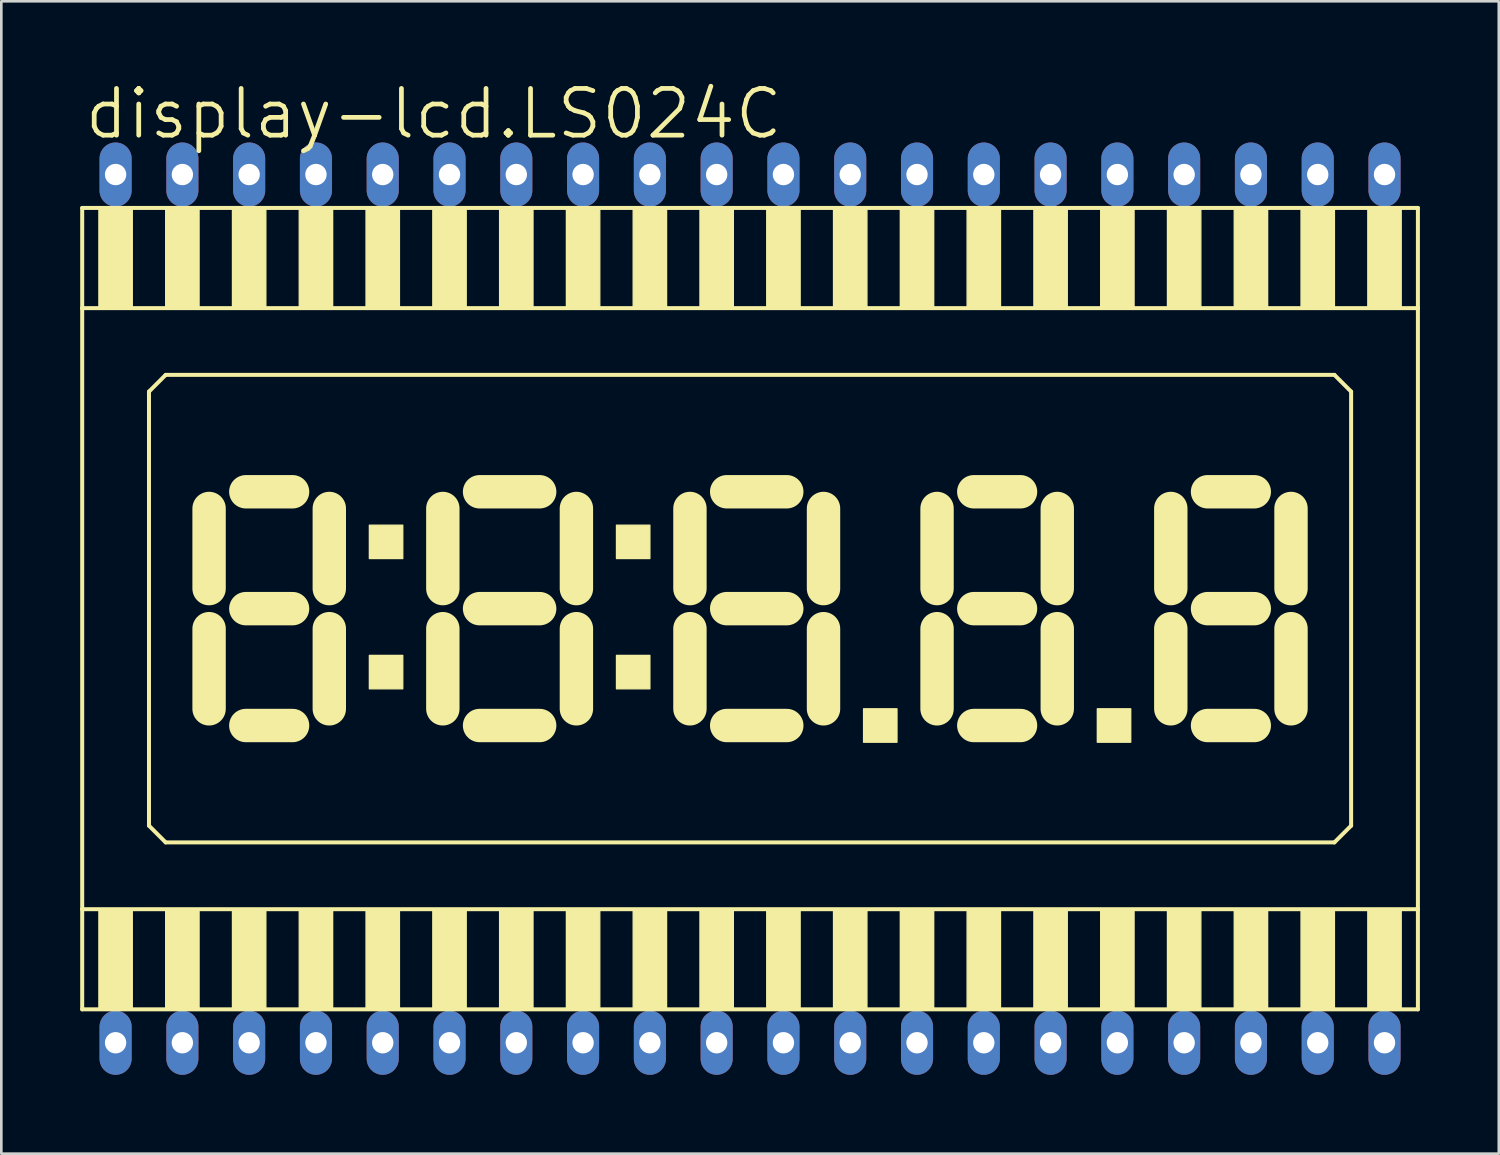
<source format=kicad_pcb>
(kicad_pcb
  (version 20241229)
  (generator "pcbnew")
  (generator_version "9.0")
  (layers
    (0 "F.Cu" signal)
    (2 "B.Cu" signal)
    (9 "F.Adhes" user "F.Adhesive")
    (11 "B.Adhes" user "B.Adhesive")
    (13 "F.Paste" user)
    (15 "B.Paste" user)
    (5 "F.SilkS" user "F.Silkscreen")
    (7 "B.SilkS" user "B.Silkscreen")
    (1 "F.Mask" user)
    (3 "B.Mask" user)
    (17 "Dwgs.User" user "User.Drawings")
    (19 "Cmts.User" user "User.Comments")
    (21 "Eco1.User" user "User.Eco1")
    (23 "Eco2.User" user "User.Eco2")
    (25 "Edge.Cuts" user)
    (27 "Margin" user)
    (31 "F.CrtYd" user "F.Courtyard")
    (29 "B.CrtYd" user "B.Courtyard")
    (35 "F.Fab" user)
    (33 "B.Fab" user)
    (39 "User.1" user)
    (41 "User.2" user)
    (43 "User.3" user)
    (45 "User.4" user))
  (footprint "display-lcd.LS024C"
    (layer "F.Cu")
    (at 25.476 20.098)
    (property "Reference" "display-lcd.LS024C" (at -25.4 -17.78 0) (layer "F.SilkS") (effects (font (size 1.778 1.778) (thickness 0.18)) (justify left bottom)))
    (attr through_hole)
    (fp_line (start -25.4 -15.24) (end -25.4 -11.43) (stroke (width 0.152) (type default)) (layer "F.SilkS"))
    (fp_line (start -25.4 -11.43) (end -25.4 11.43) (stroke (width 0.152) (type default)) (layer "F.SilkS"))
    (fp_line (start -25.4 -11.43) (end 25.4 -11.43) (stroke (width 0.152) (type default)) (layer "F.SilkS"))
    (fp_line (start -25.4 11.43) (end -25.4 15.24) (stroke (width 0.152) (type default)) (layer "F.SilkS"))
    (fp_line (start -25.4 15.24) (end 25.4 15.24) (stroke (width 0.152) (type default)) (layer "F.SilkS"))
    (fp_line (start -22.86 -8.255) (end -22.86 8.255) (stroke (width 0.152) (type default)) (layer "F.SilkS"))
    (fp_line (start -22.86 8.255) (end -22.225 8.89) (stroke (width 0.152) (type default)) (layer "F.SilkS"))
    (fp_line (start -22.225 -8.89) (end -22.86 -8.255) (stroke (width 0.152) (type default)) (layer "F.SilkS"))
    (fp_line (start -22.225 8.89) (end 22.225 8.89) (stroke (width 0.152) (type default)) (layer "F.SilkS"))
    (fp_line (start -20.574 -3.81) (end -20.574 -0.762) (stroke (width 1.27) (type default)) (layer "F.SilkS"))
    (fp_line (start -20.574 0.762) (end -20.574 3.81) (stroke (width 1.27) (type default)) (layer "F.SilkS"))
    (fp_line (start -19.177 -4.445) (end -17.399 -4.445) (stroke (width 1.27) (type default)) (layer "F.SilkS"))
    (fp_line (start -19.177 0) (end -17.399 0) (stroke (width 1.27) (type default)) (layer "F.SilkS"))
    (fp_line (start -19.177 4.445) (end -17.399 4.445) (stroke (width 1.27) (type default)) (layer "F.SilkS"))
    (fp_line (start -16.002 -0.762) (end -16.002 -3.81) (stroke (width 1.27) (type default)) (layer "F.SilkS"))
    (fp_line (start -16.002 3.81) (end -16.002 0.762) (stroke (width 1.27) (type default)) (layer "F.SilkS"))
    (fp_line (start -11.684 -3.81) (end -11.684 -0.762) (stroke (width 1.27) (type default)) (layer "F.SilkS"))
    (fp_line (start -11.684 0.762) (end -11.684 3.81) (stroke (width 1.27) (type default)) (layer "F.SilkS"))
    (fp_line (start -10.287 -4.445) (end -8.001 -4.445) (stroke (width 1.27) (type default)) (layer "F.SilkS"))
    (fp_line (start -10.287 0) (end -8.001 0) (stroke (width 1.27) (type default)) (layer "F.SilkS"))
    (fp_line (start -10.287 4.445) (end -8.001 4.445) (stroke (width 1.27) (type default)) (layer "F.SilkS"))
    (fp_line (start -6.604 -0.762) (end -6.604 -3.81) (stroke (width 1.27) (type default)) (layer "F.SilkS"))
    (fp_line (start -6.604 3.81) (end -6.604 0.762) (stroke (width 1.27) (type default)) (layer "F.SilkS"))
    (fp_line (start -2.286 -3.81) (end -2.286 -0.762) (stroke (width 1.27) (type default)) (layer "F.SilkS"))
    (fp_line (start -2.286 0.762) (end -2.286 3.81) (stroke (width 1.27) (type default)) (layer "F.SilkS"))
    (fp_line (start -0.889 -4.445) (end 1.397 -4.445) (stroke (width 1.27) (type default)) (layer "F.SilkS"))
    (fp_line (start -0.889 0) (end 1.397 0) (stroke (width 1.27) (type default)) (layer "F.SilkS"))
    (fp_line (start -0.889 4.445) (end 1.397 4.445) (stroke (width 1.27) (type default)) (layer "F.SilkS"))
    (fp_line (start 2.794 -0.762) (end 2.794 -3.81) (stroke (width 1.27) (type default)) (layer "F.SilkS"))
    (fp_line (start 2.794 3.81) (end 2.794 0.762) (stroke (width 1.27) (type default)) (layer "F.SilkS"))
    (fp_line (start 7.112 -3.81) (end 7.112 -0.762) (stroke (width 1.27) (type default)) (layer "F.SilkS"))
    (fp_line (start 7.112 0.762) (end 7.112 3.81) (stroke (width 1.27) (type default)) (layer "F.SilkS"))
    (fp_line (start 8.509 -4.445) (end 10.287 -4.445) (stroke (width 1.27) (type default)) (layer "F.SilkS"))
    (fp_line (start 8.509 0) (end 10.287 0) (stroke (width 1.27) (type default)) (layer "F.SilkS"))
    (fp_line (start 8.509 4.445) (end 10.287 4.445) (stroke (width 1.27) (type default)) (layer "F.SilkS"))
    (fp_line (start 11.684 -0.762) (end 11.684 -3.81) (stroke (width 1.27) (type default)) (layer "F.SilkS"))
    (fp_line (start 11.684 3.81) (end 11.684 0.762) (stroke (width 1.27) (type default)) (layer "F.SilkS"))
    (fp_line (start 16.002 -3.81) (end 16.002 -0.762) (stroke (width 1.27) (type default)) (layer "F.SilkS"))
    (fp_line (start 16.002 0.762) (end 16.002 3.81) (stroke (width 1.27) (type default)) (layer "F.SilkS"))
    (fp_line (start 17.399 -4.445) (end 19.177 -4.445) (stroke (width 1.27) (type default)) (layer "F.SilkS"))
    (fp_line (start 17.399 0) (end 19.177 0) (stroke (width 1.27) (type default)) (layer "F.SilkS"))
    (fp_line (start 17.399 4.445) (end 19.177 4.445) (stroke (width 1.27) (type default)) (layer "F.SilkS"))
    (fp_line (start 20.574 -0.762) (end 20.574 -3.81) (stroke (width 1.27) (type default)) (layer "F.SilkS"))
    (fp_line (start 20.574 3.81) (end 20.574 0.762) (stroke (width 1.27) (type default)) (layer "F.SilkS"))
    (fp_line (start 22.225 -8.89) (end -22.225 -8.89) (stroke (width 0.152) (type default)) (layer "F.SilkS"))
    (fp_line (start 22.225 8.89) (end 22.86 8.255) (stroke (width 0.152) (type default)) (layer "F.SilkS"))
    (fp_line (start 22.86 -8.255) (end 22.225 -8.89) (stroke (width 0.152) (type default)) (layer "F.SilkS"))
    (fp_line (start 22.86 8.255) (end 22.86 -8.255) (stroke (width 0.152) (type default)) (layer "F.SilkS"))
    (fp_line (start 25.4 -15.24) (end -25.4 -15.24) (stroke (width 0.152) (type default)) (layer "F.SilkS"))
    (fp_line (start 25.4 -11.43) (end 25.4 -15.24) (stroke (width 0.152) (type default)) (layer "F.SilkS"))
    (fp_line (start 25.4 11.43) (end -25.4 11.43) (stroke (width 0.152) (type default)) (layer "F.SilkS"))
    (fp_line (start 25.4 11.43) (end 25.4 -11.43) (stroke (width 0.152) (type default)) (layer "F.SilkS"))
    (fp_line (start 25.4 15.24) (end 25.4 11.43) (stroke (width 0.152) (type default)) (layer "F.SilkS"))
    (fp_rect (start -24.765 -11.43) (end -23.495 -15.24) (stroke (width 0.05) (type default)) (fill yes) (layer "F.SilkS"))
    (fp_rect (start -24.765 15.24) (end -23.495 11.43) (stroke (width 0.05) (type default)) (fill yes) (layer "F.SilkS"))
    (fp_rect (start -22.225 -11.43) (end -20.955 -15.24) (stroke (width 0.05) (type default)) (fill yes) (layer "F.SilkS"))
    (fp_rect (start -22.225 15.24) (end -20.955 11.43) (stroke (width 0.05) (type default)) (fill yes) (layer "F.SilkS"))
    (fp_rect (start -19.685 -11.43) (end -18.415 -15.24) (stroke (width 0.05) (type default)) (fill yes) (layer "F.SilkS"))
    (fp_rect (start -19.685 15.24) (end -18.415 11.43) (stroke (width 0.05) (type default)) (fill yes) (layer "F.SilkS"))
    (fp_rect (start -17.145 -11.43) (end -15.875 -15.24) (stroke (width 0.05) (type default)) (fill yes) (layer "F.SilkS"))
    (fp_rect (start -17.145 15.24) (end -15.875 11.43) (stroke (width 0.05) (type default)) (fill yes) (layer "F.SilkS"))
    (fp_rect (start -14.605 -11.43) (end -13.335 -15.24) (stroke (width 0.05) (type default)) (fill yes) (layer "F.SilkS"))
    (fp_rect (start -14.605 15.24) (end -13.335 11.43) (stroke (width 0.05) (type default)) (fill yes) (layer "F.SilkS"))
    (fp_rect (start -14.478 -1.905) (end -13.208 -3.175) (stroke (width 0.05) (type default)) (fill yes) (layer "F.SilkS"))
    (fp_rect (start -14.478 3.048) (end -13.208 1.778) (stroke (width 0.05) (type default)) (fill yes) (layer "F.SilkS"))
    (fp_rect (start -12.065 -11.43) (end -10.795 -15.24) (stroke (width 0.05) (type default)) (fill yes) (layer "F.SilkS"))
    (fp_rect (start -12.065 15.24) (end -10.795 11.43) (stroke (width 0.05) (type default)) (fill yes) (layer "F.SilkS"))
    (fp_rect (start -9.525 -11.43) (end -8.255 -15.24) (stroke (width 0.05) (type default)) (fill yes) (layer "F.SilkS"))
    (fp_rect (start -9.525 15.24) (end -8.255 11.43) (stroke (width 0.05) (type default)) (fill yes) (layer "F.SilkS"))
    (fp_rect (start -6.985 -11.43) (end -5.715 -15.24) (stroke (width 0.05) (type default)) (fill yes) (layer "F.SilkS"))
    (fp_rect (start -6.985 15.24) (end -5.715 11.43) (stroke (width 0.05) (type default)) (fill yes) (layer "F.SilkS"))
    (fp_rect (start -5.08 -1.905) (end -3.81 -3.175) (stroke (width 0.05) (type default)) (fill yes) (layer "F.SilkS"))
    (fp_rect (start -5.08 3.048) (end -3.81 1.778) (stroke (width 0.05) (type default)) (fill yes) (layer "F.SilkS"))
    (fp_rect (start -4.445 -11.43) (end -3.175 -15.24) (stroke (width 0.05) (type default)) (fill yes) (layer "F.SilkS"))
    (fp_rect (start -4.445 15.24) (end -3.175 11.43) (stroke (width 0.05) (type default)) (fill yes) (layer "F.SilkS"))
    (fp_rect (start -1.905 -11.43) (end -0.635 -15.24) (stroke (width 0.05) (type default)) (fill yes) (layer "F.SilkS"))
    (fp_rect (start -1.905 15.24) (end -0.635 11.43) (stroke (width 0.05) (type default)) (fill yes) (layer "F.SilkS"))
    (fp_rect (start 0.635 -11.43) (end 1.905 -15.24) (stroke (width 0.05) (type default)) (fill yes) (layer "F.SilkS"))
    (fp_rect (start 0.635 15.24) (end 1.905 11.43) (stroke (width 0.05) (type default)) (fill yes) (layer "F.SilkS"))
    (fp_rect (start 3.175 -11.43) (end 4.445 -15.24) (stroke (width 0.05) (type default)) (fill yes) (layer "F.SilkS"))
    (fp_rect (start 3.175 15.24) (end 4.445 11.43) (stroke (width 0.05) (type default)) (fill yes) (layer "F.SilkS"))
    (fp_rect (start 4.318 5.08) (end 5.588 3.81) (stroke (width 0.05) (type default)) (fill yes) (layer "F.SilkS"))
    (fp_rect (start 5.715 -11.43) (end 6.985 -15.24) (stroke (width 0.05) (type default)) (fill yes) (layer "F.SilkS"))
    (fp_rect (start 5.715 15.24) (end 6.985 11.43) (stroke (width 0.05) (type default)) (fill yes) (layer "F.SilkS"))
    (fp_rect (start 8.255 -11.43) (end 9.525 -15.24) (stroke (width 0.05) (type default)) (fill yes) (layer "F.SilkS"))
    (fp_rect (start 8.255 15.24) (end 9.525 11.43) (stroke (width 0.05) (type default)) (fill yes) (layer "F.SilkS"))
    (fp_rect (start 10.795 -11.43) (end 12.065 -15.24) (stroke (width 0.05) (type default)) (fill yes) (layer "F.SilkS"))
    (fp_rect (start 10.795 15.24) (end 12.065 11.43) (stroke (width 0.05) (type default)) (fill yes) (layer "F.SilkS"))
    (fp_rect (start 13.208 5.08) (end 14.478 3.81) (stroke (width 0.05) (type default)) (fill yes) (layer "F.SilkS"))
    (fp_rect (start 13.335 -11.43) (end 14.605 -15.24) (stroke (width 0.05) (type default)) (fill yes) (layer "F.SilkS"))
    (fp_rect (start 13.335 15.24) (end 14.605 11.43) (stroke (width 0.05) (type default)) (fill yes) (layer "F.SilkS"))
    (fp_rect (start 15.875 -11.43) (end 17.145 -15.24) (stroke (width 0.05) (type default)) (fill yes) (layer "F.SilkS"))
    (fp_rect (start 15.875 15.24) (end 17.145 11.43) (stroke (width 0.05) (type default)) (fill yes) (layer "F.SilkS"))
    (fp_rect (start 18.415 -11.43) (end 19.685 -15.24) (stroke (width 0.05) (type default)) (fill yes) (layer "F.SilkS"))
    (fp_rect (start 18.415 15.24) (end 19.685 11.43) (stroke (width 0.05) (type default)) (fill yes) (layer "F.SilkS"))
    (fp_rect (start 20.955 -11.43) (end 22.225 -15.24) (stroke (width 0.05) (type default)) (fill yes) (layer "F.SilkS"))
    (fp_rect (start 20.955 15.24) (end 22.225 11.43) (stroke (width 0.05) (type default)) (fill yes) (layer "F.SilkS"))
    (fp_rect (start 23.495 -11.43) (end 24.765 -15.24) (stroke (width 0.05) (type default)) (fill yes) (layer "F.SilkS"))
    (fp_rect (start 23.495 15.24) (end 24.765 11.43) (stroke (width 0.05) (type default)) (fill yes) (layer "F.SilkS"))
    (pad "1" thru_hole oval (at -24.13 16.51 90) (size 2.438 1.219) (drill 0.813) (layers "*.Cu" "*.Mask"))
    (pad "2" thru_hole oval (at -21.59 16.51 90) (size 2.438 1.219) (drill 0.813) (layers "*.Cu" "*.Mask"))
    (pad "3" thru_hole oval (at -19.05 16.51 90) (size 2.438 1.219) (drill 0.813) (layers "*.Cu" "*.Mask"))
    (pad "4" thru_hole oval (at -16.51 16.51 90) (size 2.438 1.219) (drill 0.813) (layers "*.Cu" "*.Mask"))
    (pad "5" thru_hole oval (at -13.97 16.51 90) (size 2.438 1.219) (drill 0.813) (layers "*.Cu" "*.Mask"))
    (pad "6" thru_hole oval (at -11.43 16.51 90) (size 2.438 1.219) (drill 0.813) (layers "*.Cu" "*.Mask"))
    (pad "7" thru_hole oval (at -8.89 16.51 90) (size 2.438 1.219) (drill 0.813) (layers "*.Cu" "*.Mask"))
    (pad "8" thru_hole oval (at -6.35 16.51 90) (size 2.438 1.219) (drill 0.813) (layers "*.Cu" "*.Mask"))
    (pad "9" thru_hole oval (at -3.81 16.51 90) (size 2.438 1.219) (drill 0.813) (layers "*.Cu" "*.Mask"))
    (pad "10" thru_hole oval (at -1.27 16.51 90) (size 2.438 1.219) (drill 0.813) (layers "*.Cu" "*.Mask"))
    (pad "11" thru_hole oval (at 1.27 16.51 90) (size 2.438 1.219) (drill 0.813) (layers "*.Cu" "*.Mask"))
    (pad "12" thru_hole oval (at 3.81 16.51 90) (size 2.438 1.219) (drill 0.813) (layers "*.Cu" "*.Mask"))
    (pad "13" thru_hole oval (at 6.35 16.51 90) (size 2.438 1.219) (drill 0.813) (layers "*.Cu" "*.Mask"))
    (pad "14" thru_hole oval (at 8.89 16.51 90) (size 2.438 1.219) (drill 0.813) (layers "*.Cu" "*.Mask"))
    (pad "15" thru_hole oval (at 11.43 16.51 90) (size 2.438 1.219) (drill 0.813) (layers "*.Cu" "*.Mask"))
    (pad "16" thru_hole oval (at 13.97 16.51 90) (size 2.438 1.219) (drill 0.813) (layers "*.Cu" "*.Mask"))
    (pad "17" thru_hole oval (at 16.51 16.51 90) (size 2.438 1.219) (drill 0.813) (layers "*.Cu" "*.Mask"))
    (pad "18" thru_hole oval (at 19.05 16.51 90) (size 2.438 1.219) (drill 0.813) (layers "*.Cu" "*.Mask"))
    (pad "19" thru_hole oval (at 21.59 16.51 90) (size 2.438 1.219) (drill 0.813) (layers "*.Cu" "*.Mask"))
    (pad "20" thru_hole oval (at 24.13 16.51 90) (size 2.438 1.219) (drill 0.813) (layers "*.Cu" "*.Mask"))
    (pad "21" thru_hole oval (at 24.13 -16.51 90) (size 2.438 1.219) (drill 0.813) (layers "*.Cu" "*.Mask"))
    (pad "22" thru_hole oval (at 21.59 -16.51 90) (size 2.438 1.219) (drill 0.813) (layers "*.Cu" "*.Mask"))
    (pad "23" thru_hole oval (at 19.05 -16.51 90) (size 2.438 1.219) (drill 0.813) (layers "*.Cu" "*.Mask"))
    (pad "24" thru_hole oval (at 16.51 -16.51 90) (size 2.438 1.219) (drill 0.813) (layers "*.Cu" "*.Mask"))
    (pad "25" thru_hole oval (at 13.97 -16.51 90) (size 2.438 1.219) (drill 0.813) (layers "*.Cu" "*.Mask"))
    (pad "26" thru_hole oval (at 11.43 -16.51 90) (size 2.438 1.219) (drill 0.813) (layers "*.Cu" "*.Mask"))
    (pad "27" thru_hole oval (at 8.89 -16.51 90) (size 2.438 1.219) (drill 0.813) (layers "*.Cu" "*.Mask"))
    (pad "28" thru_hole oval (at 6.35 -16.51 90) (size 2.438 1.219) (drill 0.813) (layers "*.Cu" "*.Mask"))
    (pad "29" thru_hole oval (at 3.81 -16.51 90) (size 2.438 1.219) (drill 0.813) (layers "*.Cu" "*.Mask"))
    (pad "30" thru_hole oval (at 1.27 -16.51 90) (size 2.438 1.219) (drill 0.813) (layers "*.Cu" "*.Mask"))
    (pad "31" thru_hole oval (at -1.27 -16.51 90) (size 2.438 1.219) (drill 0.813) (layers "*.Cu" "*.Mask"))
    (pad "32" thru_hole oval (at -3.81 -16.51 90) (size 2.438 1.219) (drill 0.813) (layers "*.Cu" "*.Mask"))
    (pad "33" thru_hole oval (at -6.35 -16.51 90) (size 2.438 1.219) (drill 0.813) (layers "*.Cu" "*.Mask"))
    (pad "34" thru_hole oval (at -8.89 -16.51 90) (size 2.438 1.219) (drill 0.813) (layers "*.Cu" "*.Mask"))
    (pad "35" thru_hole oval (at -11.43 -16.51 90) (size 2.438 1.219) (drill 0.813) (layers "*.Cu" "*.Mask"))
    (pad "36" thru_hole oval (at -13.97 -16.51 90) (size 2.438 1.219) (drill 0.813) (layers "*.Cu" "*.Mask"))
    (pad "37" thru_hole oval (at -16.51 -16.51 90) (size 2.438 1.219) (drill 0.813) (layers "*.Cu" "*.Mask"))
    (pad "38" thru_hole oval (at -19.05 -16.51 90) (size 2.438 1.219) (drill 0.813) (layers "*.Cu" "*.Mask"))
    (pad "39" thru_hole oval (at -21.59 -16.51 90) (size 2.438 1.219) (drill 0.813) (layers "*.Cu" "*.Mask"))
    (pad "40" thru_hole oval (at -24.13 -16.51 90) (size 2.438 1.219) (drill 0.813) (layers "*.Cu" "*.Mask")))
  (gr_rect
    (start -3 -3)
    (end 53.952 40.827)
    (stroke (width 0.1) (type default))
    (fill no)
    (layer "Edge.Cuts")))
</source>
